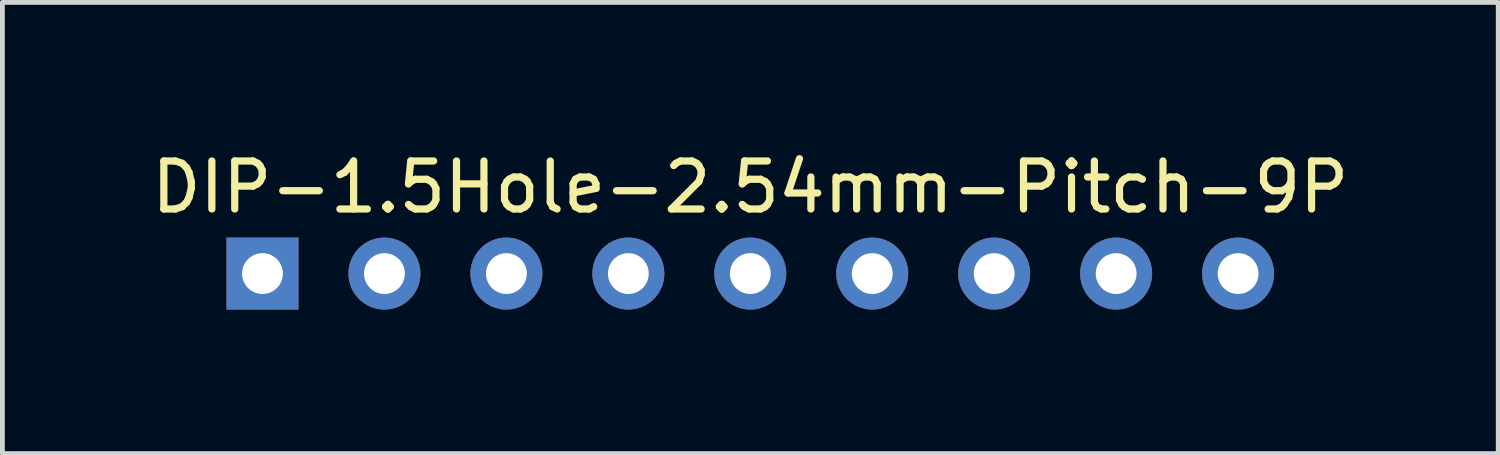
<source format=kicad_pcb>
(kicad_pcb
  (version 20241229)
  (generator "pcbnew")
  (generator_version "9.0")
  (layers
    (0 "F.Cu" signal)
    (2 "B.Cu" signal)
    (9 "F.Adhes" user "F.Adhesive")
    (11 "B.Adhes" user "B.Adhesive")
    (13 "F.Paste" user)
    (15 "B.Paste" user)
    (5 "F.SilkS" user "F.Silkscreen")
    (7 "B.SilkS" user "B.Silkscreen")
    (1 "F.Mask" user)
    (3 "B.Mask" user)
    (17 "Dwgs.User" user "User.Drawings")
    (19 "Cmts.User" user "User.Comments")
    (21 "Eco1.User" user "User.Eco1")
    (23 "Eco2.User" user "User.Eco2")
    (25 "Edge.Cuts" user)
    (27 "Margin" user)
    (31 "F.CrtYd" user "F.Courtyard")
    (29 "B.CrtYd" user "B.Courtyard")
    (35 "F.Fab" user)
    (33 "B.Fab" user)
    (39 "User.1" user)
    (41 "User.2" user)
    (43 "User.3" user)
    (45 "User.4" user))
  (footprint "DIP-1.5Hole-2.54mm-Pitch-9P"
    (layer "F.Cu")
    (at 12.577 2.648)
    (property "Reference" "DIP-1.5Hole-2.54mm-Pitch-9P" (at 0 -1.8 0) (layer "F.SilkS") (effects (font (size 1 1) (thickness 0.15))))
    (attr through_hole)
    (pad "1" thru_hole rect (at -10.16 0) (size 1.5 1.5) (drill 0.85) (layers "*.Cu" "*.Mask"))
    (pad "2" thru_hole circle (at -7.62 0) (size 1.5 1.5) (drill 0.85) (layers "*.Cu" "*.Mask"))
    (pad "3" thru_hole circle (at -5.08 0) (size 1.5 1.5) (drill 0.85) (layers "*.Cu" "*.Mask"))
    (pad "4" thru_hole circle (at -2.54 0) (size 1.5 1.5) (drill 0.85) (layers "*.Cu" "*.Mask"))
    (pad "5" thru_hole circle (at 0 0) (size 1.5 1.5) (drill 0.85) (layers "*.Cu" "*.Mask"))
    (pad "6" thru_hole circle (at 2.54 0) (size 1.5 1.5) (drill 0.85) (layers "*.Cu" "*.Mask"))
    (pad "7" thru_hole circle (at 5.08 0) (size 1.5 1.5) (drill 0.85) (layers "*.Cu" "*.Mask"))
    (pad "8" thru_hole circle (at 7.62 0) (size 1.5 1.5) (drill 0.85) (layers "*.Cu" "*.Mask"))
    (pad "9" thru_hole circle (at 10.16 0) (size 1.5 1.5) (drill 0.85) (layers "*.Cu" "*.Mask")))
  (gr_rect
    (start -3 -3)
    (end 28.155 6.398)
    (stroke (width 0.1) (type default))
    (fill no)
    (layer "Edge.Cuts")))
</source>
